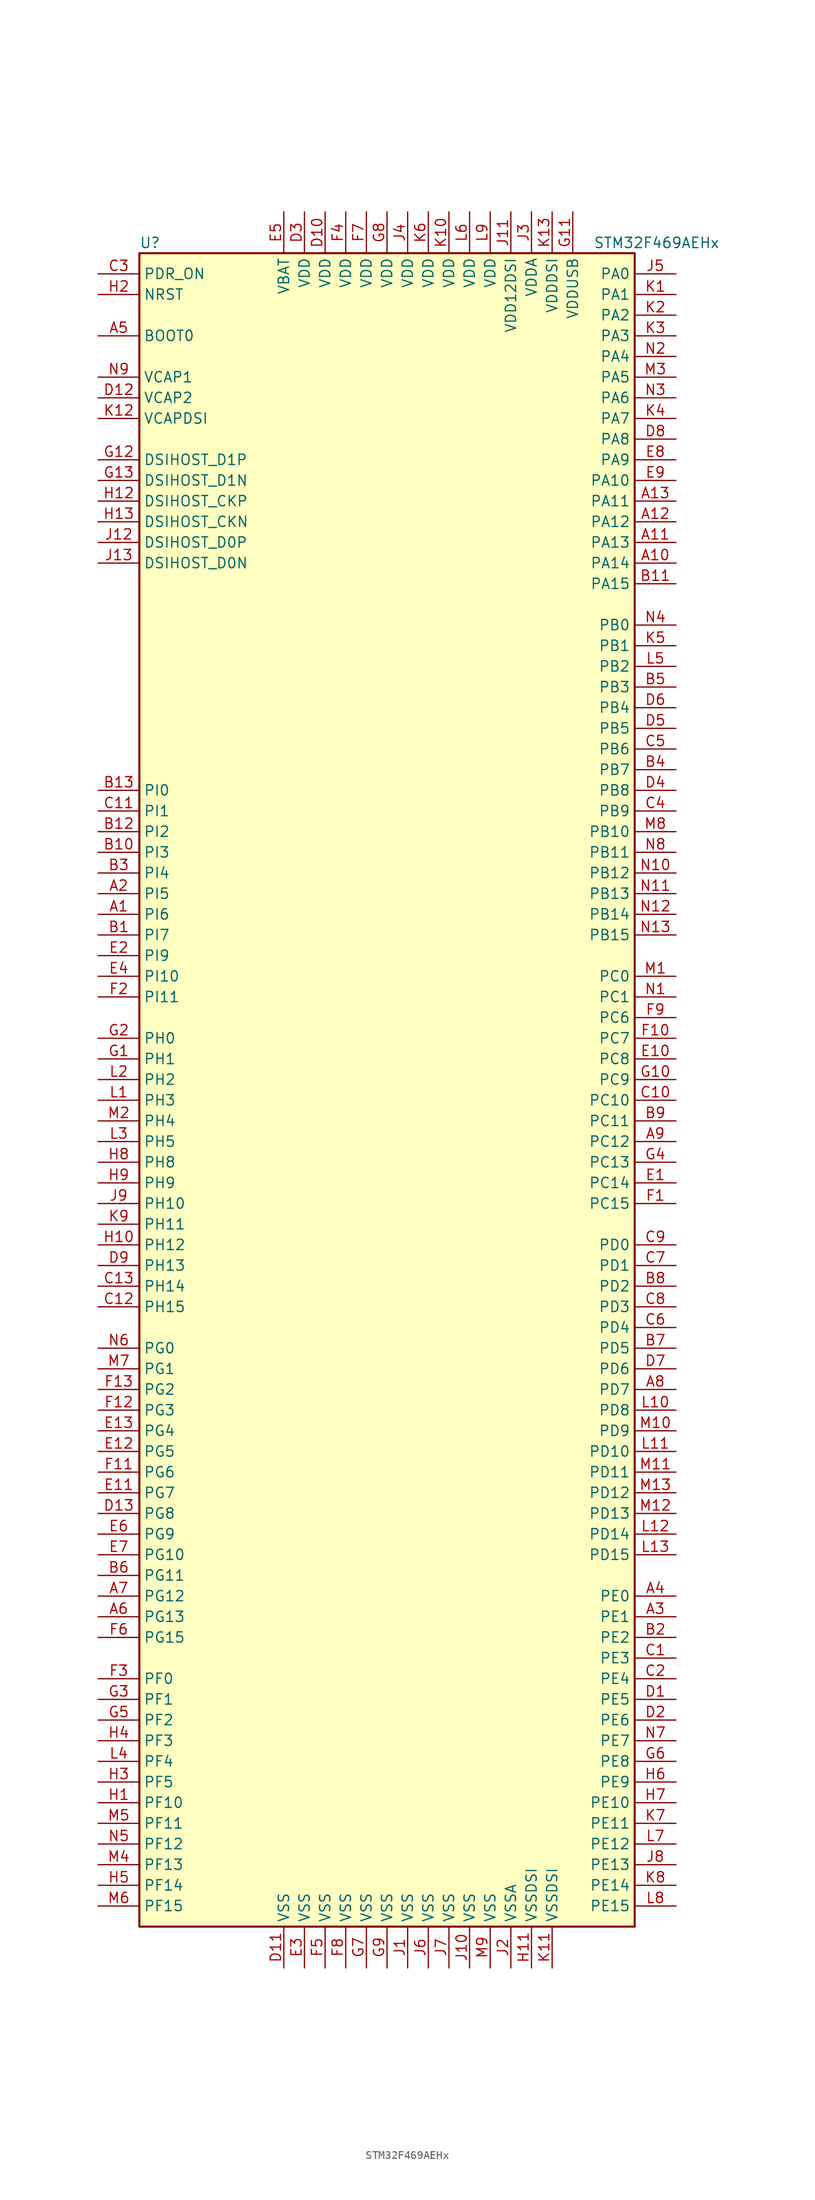
<source format=kicad_sym>
(kicad_symbol_lib
  (version 20201005)
  (generator kicad_symbol_editor)
  (symbol "MCU_ST_STM32F4:STM32F469AEHx"
    (property "Reference" "U"
      (at -30.48 102.87 0)
      (effects (font (size 1.27 1.27)) (justify left)))
    (property "Value" "STM32F469AEHx"
      (at 25.4 102.87 0)
      (effects (font (size 1.27 1.27)) (justify left)))
    (symbol "STM32F469AEHx_0_1"
      (rectangle (start -30.48 -104.14) (end 30.48 101.6) (stroke (width 0.254)) (fill (type background))))
    (symbol "STM32F469AEHx_1_1"
      (pin input line (at -35.56 91.44 0) (length 5.08) (name "BOOT0" (effects (font (size 1.27 1.27)))) (number "A5" (effects (font (size 1.27 1.27)))))
      (pin bidirectional line (at -35.56 68.58 0) (length 5.08) (name "DSIHOST_CKN" (effects (font (size 1.27 1.27)))) (number "H13" (effects (font (size 1.27 1.27)))))
      (pin bidirectional line (at -35.56 71.12 0) (length 5.08) (name "DSIHOST_CKP" (effects (font (size 1.27 1.27)))) (number "H12" (effects (font (size 1.27 1.27)))))
      (pin bidirectional line (at -35.56 63.5 0) (length 5.08) (name "DSIHOST_D0N" (effects (font (size 1.27 1.27)))) (number "J13" (effects (font (size 1.27 1.27)))))
      (pin bidirectional line (at -35.56 66.04 0) (length 5.08) (name "DSIHOST_D0P" (effects (font (size 1.27 1.27)))) (number "J12" (effects (font (size 1.27 1.27)))))
      (pin bidirectional line (at -35.56 73.66 0) (length 5.08) (name "DSIHOST_D1N" (effects (font (size 1.27 1.27)))) (number "G13" (effects (font (size 1.27 1.27)))))
      (pin bidirectional line (at -35.56 76.2 0) (length 5.08) (name "DSIHOST_D1P" (effects (font (size 1.27 1.27)))) (number "G12" (effects (font (size 1.27 1.27)))))
      (pin input line (at -35.56 96.52 0) (length 5.08) (name "NRST" (effects (font (size 1.27 1.27)))) (number "H2" (effects (font (size 1.27 1.27)))))
      (pin bidirectional line (at 35.56 99.06 180) (length 5.08) (name "PA0" (effects (font (size 1.27 1.27)))) (number "J5" (effects (font (size 1.27 1.27)))))
      (pin bidirectional line (at 35.56 96.52 180) (length 5.08) (name "PA1" (effects (font (size 1.27 1.27)))) (number "K1" (effects (font (size 1.27 1.27)))))
      (pin bidirectional line (at 35.56 73.66 180) (length 5.08) (name "PA10" (effects (font (size 1.27 1.27)))) (number "E9" (effects (font (size 1.27 1.27)))))
      (pin bidirectional line (at 35.56 71.12 180) (length 5.08) (name "PA11" (effects (font (size 1.27 1.27)))) (number "A13" (effects (font (size 1.27 1.27)))))
      (pin bidirectional line (at 35.56 68.58 180) (length 5.08) (name "PA12" (effects (font (size 1.27 1.27)))) (number "A12" (effects (font (size 1.27 1.27)))))
      (pin bidirectional line (at 35.56 66.04 180) (length 5.08) (name "PA13" (effects (font (size 1.27 1.27)))) (number "A11" (effects (font (size 1.27 1.27)))))
      (pin bidirectional line (at 35.56 63.5 180) (length 5.08) (name "PA14" (effects (font (size 1.27 1.27)))) (number "A10" (effects (font (size 1.27 1.27)))))
      (pin bidirectional line (at 35.56 60.96 180) (length 5.08) (name "PA15" (effects (font (size 1.27 1.27)))) (number "B11" (effects (font (size 1.27 1.27)))))
      (pin bidirectional line (at 35.56 93.98 180) (length 5.08) (name "PA2" (effects (font (size 1.27 1.27)))) (number "K2" (effects (font (size 1.27 1.27)))))
      (pin bidirectional line (at 35.56 91.44 180) (length 5.08) (name "PA3" (effects (font (size 1.27 1.27)))) (number "K3" (effects (font (size 1.27 1.27)))))
      (pin bidirectional line (at 35.56 88.9 180) (length 5.08) (name "PA4" (effects (font (size 1.27 1.27)))) (number "N2" (effects (font (size 1.27 1.27)))))
      (pin bidirectional line (at 35.56 86.36 180) (length 5.08) (name "PA5" (effects (font (size 1.27 1.27)))) (number "M3" (effects (font (size 1.27 1.27)))))
      (pin bidirectional line (at 35.56 83.82 180) (length 5.08) (name "PA6" (effects (font (size 1.27 1.27)))) (number "N3" (effects (font (size 1.27 1.27)))))
      (pin bidirectional line (at 35.56 81.28 180) (length 5.08) (name "PA7" (effects (font (size 1.27 1.27)))) (number "K4" (effects (font (size 1.27 1.27)))))
      (pin bidirectional line (at 35.56 78.74 180) (length 5.08) (name "PA8" (effects (font (size 1.27 1.27)))) (number "D8" (effects (font (size 1.27 1.27)))))
      (pin bidirectional line (at 35.56 76.2 180) (length 5.08) (name "PA9" (effects (font (size 1.27 1.27)))) (number "E8" (effects (font (size 1.27 1.27)))))
      (pin bidirectional line (at 35.56 55.88 180) (length 5.08) (name "PB0" (effects (font (size 1.27 1.27)))) (number "N4" (effects (font (size 1.27 1.27)))))
      (pin bidirectional line (at 35.56 53.34 180) (length 5.08) (name "PB1" (effects (font (size 1.27 1.27)))) (number "K5" (effects (font (size 1.27 1.27)))))
      (pin bidirectional line (at 35.56 30.48 180) (length 5.08) (name "PB10" (effects (font (size 1.27 1.27)))) (number "M8" (effects (font (size 1.27 1.27)))))
      (pin bidirectional line (at 35.56 27.94 180) (length 5.08) (name "PB11" (effects (font (size 1.27 1.27)))) (number "N8" (effects (font (size 1.27 1.27)))))
      (pin bidirectional line (at 35.56 25.4 180) (length 5.08) (name "PB12" (effects (font (size 1.27 1.27)))) (number "N10" (effects (font (size 1.27 1.27)))))
      (pin bidirectional line (at 35.56 22.86 180) (length 5.08) (name "PB13" (effects (font (size 1.27 1.27)))) (number "N11" (effects (font (size 1.27 1.27)))))
      (pin bidirectional line (at 35.56 20.32 180) (length 5.08) (name "PB14" (effects (font (size 1.27 1.27)))) (number "N12" (effects (font (size 1.27 1.27)))))
      (pin bidirectional line (at 35.56 17.78 180) (length 5.08) (name "PB15" (effects (font (size 1.27 1.27)))) (number "N13" (effects (font (size 1.27 1.27)))))
      (pin bidirectional line (at 35.56 50.8 180) (length 5.08) (name "PB2" (effects (font (size 1.27 1.27)))) (number "L5" (effects (font (size 1.27 1.27)))))
      (pin bidirectional line (at 35.56 48.26 180) (length 5.08) (name "PB3" (effects (font (size 1.27 1.27)))) (number "B5" (effects (font (size 1.27 1.27)))))
      (pin bidirectional line (at 35.56 45.72 180) (length 5.08) (name "PB4" (effects (font (size 1.27 1.27)))) (number "D6" (effects (font (size 1.27 1.27)))))
      (pin bidirectional line (at 35.56 43.18 180) (length 5.08) (name "PB5" (effects (font (size 1.27 1.27)))) (number "D5" (effects (font (size 1.27 1.27)))))
      (pin bidirectional line (at 35.56 40.64 180) (length 5.08) (name "PB6" (effects (font (size 1.27 1.27)))) (number "C5" (effects (font (size 1.27 1.27)))))
      (pin bidirectional line (at 35.56 38.1 180) (length 5.08) (name "PB7" (effects (font (size 1.27 1.27)))) (number "B4" (effects (font (size 1.27 1.27)))))
      (pin bidirectional line (at 35.56 35.56 180) (length 5.08) (name "PB8" (effects (font (size 1.27 1.27)))) (number "D4" (effects (font (size 1.27 1.27)))))
      (pin bidirectional line (at 35.56 33.02 180) (length 5.08) (name "PB9" (effects (font (size 1.27 1.27)))) (number "C4" (effects (font (size 1.27 1.27)))))
      (pin bidirectional line (at 35.56 12.7 180) (length 5.08) (name "PC0" (effects (font (size 1.27 1.27)))) (number "M1" (effects (font (size 1.27 1.27)))))
      (pin bidirectional line (at 35.56 10.16 180) (length 5.08) (name "PC1" (effects (font (size 1.27 1.27)))) (number "N1" (effects (font (size 1.27 1.27)))))
      (pin bidirectional line (at 35.56 -2.54 180) (length 5.08) (name "PC10" (effects (font (size 1.27 1.27)))) (number "C10" (effects (font (size 1.27 1.27)))))
      (pin bidirectional line (at 35.56 -5.08 180) (length 5.08) (name "PC11" (effects (font (size 1.27 1.27)))) (number "B9" (effects (font (size 1.27 1.27)))))
      (pin bidirectional line (at 35.56 -7.62 180) (length 5.08) (name "PC12" (effects (font (size 1.27 1.27)))) (number "A9" (effects (font (size 1.27 1.27)))))
      (pin bidirectional line (at 35.56 -10.16 180) (length 5.08) (name "PC13" (effects (font (size 1.27 1.27)))) (number "G4" (effects (font (size 1.27 1.27)))))
      (pin bidirectional line (at 35.56 -12.7 180) (length 5.08) (name "PC14" (effects (font (size 1.27 1.27)))) (number "E1" (effects (font (size 1.27 1.27)))))
      (pin bidirectional line (at 35.56 -15.24 180) (length 5.08) (name "PC15" (effects (font (size 1.27 1.27)))) (number "F1" (effects (font (size 1.27 1.27)))))
      (pin bidirectional line (at 35.56 7.62 180) (length 5.08) (name "PC6" (effects (font (size 1.27 1.27)))) (number "F9" (effects (font (size 1.27 1.27)))))
      (pin bidirectional line (at 35.56 5.08 180) (length 5.08) (name "PC7" (effects (font (size 1.27 1.27)))) (number "F10" (effects (font (size 1.27 1.27)))))
      (pin bidirectional line (at 35.56 2.54 180) (length 5.08) (name "PC8" (effects (font (size 1.27 1.27)))) (number "E10" (effects (font (size 1.27 1.27)))))
      (pin bidirectional line (at 35.56 0 180) (length 5.08) (name "PC9" (effects (font (size 1.27 1.27)))) (number "G10" (effects (font (size 1.27 1.27)))))
      (pin bidirectional line (at 35.56 -20.32 180) (length 5.08) (name "PD0" (effects (font (size 1.27 1.27)))) (number "C9" (effects (font (size 1.27 1.27)))))
      (pin bidirectional line (at 35.56 -22.86 180) (length 5.08) (name "PD1" (effects (font (size 1.27 1.27)))) (number "C7" (effects (font (size 1.27 1.27)))))
      (pin bidirectional line (at 35.56 -45.72 180) (length 5.08) (name "PD10" (effects (font (size 1.27 1.27)))) (number "L11" (effects (font (size 1.27 1.27)))))
      (pin bidirectional line (at 35.56 -48.26 180) (length 5.08) (name "PD11" (effects (font (size 1.27 1.27)))) (number "M11" (effects (font (size 1.27 1.27)))))
      (pin bidirectional line (at 35.56 -50.8 180) (length 5.08) (name "PD12" (effects (font (size 1.27 1.27)))) (number "M13" (effects (font (size 1.27 1.27)))))
      (pin bidirectional line (at 35.56 -53.34 180) (length 5.08) (name "PD13" (effects (font (size 1.27 1.27)))) (number "M12" (effects (font (size 1.27 1.27)))))
      (pin bidirectional line (at 35.56 -55.88 180) (length 5.08) (name "PD14" (effects (font (size 1.27 1.27)))) (number "L12" (effects (font (size 1.27 1.27)))))
      (pin bidirectional line (at 35.56 -58.42 180) (length 5.08) (name "PD15" (effects (font (size 1.27 1.27)))) (number "L13" (effects (font (size 1.27 1.27)))))
      (pin bidirectional line (at 35.56 -25.4 180) (length 5.08) (name "PD2" (effects (font (size 1.27 1.27)))) (number "B8" (effects (font (size 1.27 1.27)))))
      (pin bidirectional line (at 35.56 -27.94 180) (length 5.08) (name "PD3" (effects (font (size 1.27 1.27)))) (number "C8" (effects (font (size 1.27 1.27)))))
      (pin bidirectional line (at 35.56 -30.48 180) (length 5.08) (name "PD4" (effects (font (size 1.27 1.27)))) (number "C6" (effects (font (size 1.27 1.27)))))
      (pin bidirectional line (at 35.56 -33.02 180) (length 5.08) (name "PD5" (effects (font (size 1.27 1.27)))) (number "B7" (effects (font (size 1.27 1.27)))))
      (pin bidirectional line (at 35.56 -35.56 180) (length 5.08) (name "PD6" (effects (font (size 1.27 1.27)))) (number "D7" (effects (font (size 1.27 1.27)))))
      (pin bidirectional line (at 35.56 -38.1 180) (length 5.08) (name "PD7" (effects (font (size 1.27 1.27)))) (number "A8" (effects (font (size 1.27 1.27)))))
      (pin bidirectional line (at 35.56 -40.64 180) (length 5.08) (name "PD8" (effects (font (size 1.27 1.27)))) (number "L10" (effects (font (size 1.27 1.27)))))
      (pin bidirectional line (at 35.56 -43.18 180) (length 5.08) (name "PD9" (effects (font (size 1.27 1.27)))) (number "M10" (effects (font (size 1.27 1.27)))))
      (pin input line (at -35.56 99.06 0) (length 5.08) (name "PDR_ON" (effects (font (size 1.27 1.27)))) (number "C3" (effects (font (size 1.27 1.27)))))
      (pin bidirectional line (at 35.56 -63.5 180) (length 5.08) (name "PE0" (effects (font (size 1.27 1.27)))) (number "A4" (effects (font (size 1.27 1.27)))))
      (pin bidirectional line (at 35.56 -66.04 180) (length 5.08) (name "PE1" (effects (font (size 1.27 1.27)))) (number "A3" (effects (font (size 1.27 1.27)))))
      (pin bidirectional line (at 35.56 -88.9 180) (length 5.08) (name "PE10" (effects (font (size 1.27 1.27)))) (number "H7" (effects (font (size 1.27 1.27)))))
      (pin bidirectional line (at 35.56 -91.44 180) (length 5.08) (name "PE11" (effects (font (size 1.27 1.27)))) (number "K7" (effects (font (size 1.27 1.27)))))
      (pin bidirectional line (at 35.56 -93.98 180) (length 5.08) (name "PE12" (effects (font (size 1.27 1.27)))) (number "L7" (effects (font (size 1.27 1.27)))))
      (pin bidirectional line (at 35.56 -96.52 180) (length 5.08) (name "PE13" (effects (font (size 1.27 1.27)))) (number "J8" (effects (font (size 1.27 1.27)))))
      (pin bidirectional line (at 35.56 -99.06 180) (length 5.08) (name "PE14" (effects (font (size 1.27 1.27)))) (number "K8" (effects (font (size 1.27 1.27)))))
      (pin bidirectional line (at 35.56 -101.6 180) (length 5.08) (name "PE15" (effects (font (size 1.27 1.27)))) (number "L8" (effects (font (size 1.27 1.27)))))
      (pin bidirectional line (at 35.56 -68.58 180) (length 5.08) (name "PE2" (effects (font (size 1.27 1.27)))) (number "B2" (effects (font (size 1.27 1.27)))))
      (pin bidirectional line (at 35.56 -71.12 180) (length 5.08) (name "PE3" (effects (font (size 1.27 1.27)))) (number "C1" (effects (font (size 1.27 1.27)))))
      (pin bidirectional line (at 35.56 -73.66 180) (length 5.08) (name "PE4" (effects (font (size 1.27 1.27)))) (number "C2" (effects (font (size 1.27 1.27)))))
      (pin bidirectional line (at 35.56 -76.2 180) (length 5.08) (name "PE5" (effects (font (size 1.27 1.27)))) (number "D1" (effects (font (size 1.27 1.27)))))
      (pin bidirectional line (at 35.56 -78.74 180) (length 5.08) (name "PE6" (effects (font (size 1.27 1.27)))) (number "D2" (effects (font (size 1.27 1.27)))))
      (pin bidirectional line (at 35.56 -81.28 180) (length 5.08) (name "PE7" (effects (font (size 1.27 1.27)))) (number "N7" (effects (font (size 1.27 1.27)))))
      (pin bidirectional line (at 35.56 -83.82 180) (length 5.08) (name "PE8" (effects (font (size 1.27 1.27)))) (number "G6" (effects (font (size 1.27 1.27)))))
      (pin bidirectional line (at 35.56 -86.36 180) (length 5.08) (name "PE9" (effects (font (size 1.27 1.27)))) (number "H6" (effects (font (size 1.27 1.27)))))
      (pin bidirectional line (at -35.56 -73.66 0) (length 5.08) (name "PF0" (effects (font (size 1.27 1.27)))) (number "F3" (effects (font (size 1.27 1.27)))))
      (pin bidirectional line (at -35.56 -76.2 0) (length 5.08) (name "PF1" (effects (font (size 1.27 1.27)))) (number "G3" (effects (font (size 1.27 1.27)))))
      (pin bidirectional line (at -35.56 -88.9 0) (length 5.08) (name "PF10" (effects (font (size 1.27 1.27)))) (number "H1" (effects (font (size 1.27 1.27)))))
      (pin bidirectional line (at -35.56 -91.44 0) (length 5.08) (name "PF11" (effects (font (size 1.27 1.27)))) (number "M5" (effects (font (size 1.27 1.27)))))
      (pin bidirectional line (at -35.56 -93.98 0) (length 5.08) (name "PF12" (effects (font (size 1.27 1.27)))) (number "N5" (effects (font (size 1.27 1.27)))))
      (pin bidirectional line (at -35.56 -96.52 0) (length 5.08) (name "PF13" (effects (font (size 1.27 1.27)))) (number "M4" (effects (font (size 1.27 1.27)))))
      (pin bidirectional line (at -35.56 -99.06 0) (length 5.08) (name "PF14" (effects (font (size 1.27 1.27)))) (number "H5" (effects (font (size 1.27 1.27)))))
      (pin bidirectional line (at -35.56 -101.6 0) (length 5.08) (name "PF15" (effects (font (size 1.27 1.27)))) (number "M6" (effects (font (size 1.27 1.27)))))
      (pin bidirectional line (at -35.56 -78.74 0) (length 5.08) (name "PF2" (effects (font (size 1.27 1.27)))) (number "G5" (effects (font (size 1.27 1.27)))))
      (pin bidirectional line (at -35.56 -81.28 0) (length 5.08) (name "PF3" (effects (font (size 1.27 1.27)))) (number "H4" (effects (font (size 1.27 1.27)))))
      (pin bidirectional line (at -35.56 -83.82 0) (length 5.08) (name "PF4" (effects (font (size 1.27 1.27)))) (number "L4" (effects (font (size 1.27 1.27)))))
      (pin bidirectional line (at -35.56 -86.36 0) (length 5.08) (name "PF5" (effects (font (size 1.27 1.27)))) (number "H3" (effects (font (size 1.27 1.27)))))
      (pin bidirectional line (at -35.56 -33.02 0) (length 5.08) (name "PG0" (effects (font (size 1.27 1.27)))) (number "N6" (effects (font (size 1.27 1.27)))))
      (pin bidirectional line (at -35.56 -35.56 0) (length 5.08) (name "PG1" (effects (font (size 1.27 1.27)))) (number "M7" (effects (font (size 1.27 1.27)))))
      (pin bidirectional line (at -35.56 -58.42 0) (length 5.08) (name "PG10" (effects (font (size 1.27 1.27)))) (number "E7" (effects (font (size 1.27 1.27)))))
      (pin bidirectional line (at -35.56 -60.96 0) (length 5.08) (name "PG11" (effects (font (size 1.27 1.27)))) (number "B6" (effects (font (size 1.27 1.27)))))
      (pin bidirectional line (at -35.56 -63.5 0) (length 5.08) (name "PG12" (effects (font (size 1.27 1.27)))) (number "A7" (effects (font (size 1.27 1.27)))))
      (pin bidirectional line (at -35.56 -66.04 0) (length 5.08) (name "PG13" (effects (font (size 1.27 1.27)))) (number "A6" (effects (font (size 1.27 1.27)))))
      (pin bidirectional line (at -35.56 -68.58 0) (length 5.08) (name "PG15" (effects (font (size 1.27 1.27)))) (number "F6" (effects (font (size 1.27 1.27)))))
      (pin bidirectional line (at -35.56 -38.1 0) (length 5.08) (name "PG2" (effects (font (size 1.27 1.27)))) (number "F13" (effects (font (size 1.27 1.27)))))
      (pin bidirectional line (at -35.56 -40.64 0) (length 5.08) (name "PG3" (effects (font (size 1.27 1.27)))) (number "F12" (effects (font (size 1.27 1.27)))))
      (pin bidirectional line (at -35.56 -43.18 0) (length 5.08) (name "PG4" (effects (font (size 1.27 1.27)))) (number "E13" (effects (font (size 1.27 1.27)))))
      (pin bidirectional line (at -35.56 -45.72 0) (length 5.08) (name "PG5" (effects (font (size 1.27 1.27)))) (number "E12" (effects (font (size 1.27 1.27)))))
      (pin bidirectional line (at -35.56 -48.26 0) (length 5.08) (name "PG6" (effects (font (size 1.27 1.27)))) (number "F11" (effects (font (size 1.27 1.27)))))
      (pin bidirectional line (at -35.56 -50.8 0) (length 5.08) (name "PG7" (effects (font (size 1.27 1.27)))) (number "E11" (effects (font (size 1.27 1.27)))))
      (pin bidirectional line (at -35.56 -53.34 0) (length 5.08) (name "PG8" (effects (font (size 1.27 1.27)))) (number "D13" (effects (font (size 1.27 1.27)))))
      (pin bidirectional line (at -35.56 -55.88 0) (length 5.08) (name "PG9" (effects (font (size 1.27 1.27)))) (number "E6" (effects (font (size 1.27 1.27)))))
      (pin input line (at -35.56 5.08 0) (length 5.08) (name "PH0" (effects (font (size 1.27 1.27)))) (number "G2" (effects (font (size 1.27 1.27)))))
      (pin input line (at -35.56 2.54 0) (length 5.08) (name "PH1" (effects (font (size 1.27 1.27)))) (number "G1" (effects (font (size 1.27 1.27)))))
      (pin bidirectional line (at -35.56 -15.24 0) (length 5.08) (name "PH10" (effects (font (size 1.27 1.27)))) (number "J9" (effects (font (size 1.27 1.27)))))
      (pin bidirectional line (at -35.56 -17.78 0) (length 5.08) (name "PH11" (effects (font (size 1.27 1.27)))) (number "K9" (effects (font (size 1.27 1.27)))))
      (pin bidirectional line (at -35.56 -20.32 0) (length 5.08) (name "PH12" (effects (font (size 1.27 1.27)))) (number "H10" (effects (font (size 1.27 1.27)))))
      (pin bidirectional line (at -35.56 -22.86 0) (length 5.08) (name "PH13" (effects (font (size 1.27 1.27)))) (number "D9" (effects (font (size 1.27 1.27)))))
      (pin bidirectional line (at -35.56 -25.4 0) (length 5.08) (name "PH14" (effects (font (size 1.27 1.27)))) (number "C13" (effects (font (size 1.27 1.27)))))
      (pin bidirectional line (at -35.56 -27.94 0) (length 5.08) (name "PH15" (effects (font (size 1.27 1.27)))) (number "C12" (effects (font (size 1.27 1.27)))))
      (pin bidirectional line (at -35.56 0 0) (length 5.08) (name "PH2" (effects (font (size 1.27 1.27)))) (number "L2" (effects (font (size 1.27 1.27)))))
      (pin bidirectional line (at -35.56 -2.54 0) (length 5.08) (name "PH3" (effects (font (size 1.27 1.27)))) (number "L1" (effects (font (size 1.27 1.27)))))
      (pin bidirectional line (at -35.56 -5.08 0) (length 5.08) (name "PH4" (effects (font (size 1.27 1.27)))) (number "M2" (effects (font (size 1.27 1.27)))))
      (pin bidirectional line (at -35.56 -7.62 0) (length 5.08) (name "PH5" (effects (font (size 1.27 1.27)))) (number "L3" (effects (font (size 1.27 1.27)))))
      (pin bidirectional line (at -35.56 -10.16 0) (length 5.08) (name "PH8" (effects (font (size 1.27 1.27)))) (number "H8" (effects (font (size 1.27 1.27)))))
      (pin bidirectional line (at -35.56 -12.7 0) (length 5.08) (name "PH9" (effects (font (size 1.27 1.27)))) (number "H9" (effects (font (size 1.27 1.27)))))
      (pin bidirectional line (at -35.56 35.56 0) (length 5.08) (name "PI0" (effects (font (size 1.27 1.27)))) (number "B13" (effects (font (size 1.27 1.27)))))
      (pin bidirectional line (at -35.56 33.02 0) (length 5.08) (name "PI1" (effects (font (size 1.27 1.27)))) (number "C11" (effects (font (size 1.27 1.27)))))
      (pin bidirectional line (at -35.56 12.7 0) (length 5.08) (name "PI10" (effects (font (size 1.27 1.27)))) (number "E4" (effects (font (size 1.27 1.27)))))
      (pin bidirectional line (at -35.56 10.16 0) (length 5.08) (name "PI11" (effects (font (size 1.27 1.27)))) (number "F2" (effects (font (size 1.27 1.27)))))
      (pin bidirectional line (at -35.56 30.48 0) (length 5.08) (name "PI2" (effects (font (size 1.27 1.27)))) (number "B12" (effects (font (size 1.27 1.27)))))
      (pin bidirectional line (at -35.56 27.94 0) (length 5.08) (name "PI3" (effects (font (size 1.27 1.27)))) (number "B10" (effects (font (size 1.27 1.27)))))
      (pin bidirectional line (at -35.56 25.4 0) (length 5.08) (name "PI4" (effects (font (size 1.27 1.27)))) (number "B3" (effects (font (size 1.27 1.27)))))
      (pin bidirectional line (at -35.56 22.86 0) (length 5.08) (name "PI5" (effects (font (size 1.27 1.27)))) (number "A2" (effects (font (size 1.27 1.27)))))
      (pin bidirectional line (at -35.56 20.32 0) (length 5.08) (name "PI6" (effects (font (size 1.27 1.27)))) (number "A1" (effects (font (size 1.27 1.27)))))
      (pin bidirectional line (at -35.56 17.78 0) (length 5.08) (name "PI7" (effects (font (size 1.27 1.27)))) (number "B1" (effects (font (size 1.27 1.27)))))
      (pin bidirectional line (at -35.56 15.24 0) (length 5.08) (name "PI9" (effects (font (size 1.27 1.27)))) (number "E2" (effects (font (size 1.27 1.27)))))
      (pin power_in line (at -12.7 106.68 270) (length 5.08) (name "VBAT" (effects (font (size 1.27 1.27)))) (number "E5" (effects (font (size 1.27 1.27)))))
      (pin power_in line (at -35.56 86.36 0) (length 5.08) (name "VCAP1" (effects (font (size 1.27 1.27)))) (number "N9" (effects (font (size 1.27 1.27)))))
      (pin power_in line (at -35.56 83.82 0) (length 5.08) (name "VCAP2" (effects (font (size 1.27 1.27)))) (number "D12" (effects (font (size 1.27 1.27)))))
      (pin power_in line (at -35.56 81.28 0) (length 5.08) (name "VCAPDSI" (effects (font (size 1.27 1.27)))) (number "K12" (effects (font (size 1.27 1.27)))))
      (pin power_in line (at -7.62 106.68 270) (length 5.08) (name "VDD" (effects (font (size 1.27 1.27)))) (number "D10" (effects (font (size 1.27 1.27)))))
      (pin power_in line (at -10.16 106.68 270) (length 5.08) (name "VDD" (effects (font (size 1.27 1.27)))) (number "D3" (effects (font (size 1.27 1.27)))))
      (pin power_in line (at -5.08 106.68 270) (length 5.08) (name "VDD" (effects (font (size 1.27 1.27)))) (number "F4" (effects (font (size 1.27 1.27)))))
      (pin power_in line (at -2.54 106.68 270) (length 5.08) (name "VDD" (effects (font (size 1.27 1.27)))) (number "F7" (effects (font (size 1.27 1.27)))))
      (pin power_in line (at 0 106.68 270) (length 5.08) (name "VDD" (effects (font (size 1.27 1.27)))) (number "G8" (effects (font (size 1.27 1.27)))))
      (pin power_in line (at 2.54 106.68 270) (length 5.08) (name "VDD" (effects (font (size 1.27 1.27)))) (number "J4" (effects (font (size 1.27 1.27)))))
      (pin power_in line (at 7.62 106.68 270) (length 5.08) (name "VDD" (effects (font (size 1.27 1.27)))) (number "K10" (effects (font (size 1.27 1.27)))))
      (pin power_in line (at 5.08 106.68 270) (length 5.08) (name "VDD" (effects (font (size 1.27 1.27)))) (number "K6" (effects (font (size 1.27 1.27)))))
      (pin power_in line (at 10.16 106.68 270) (length 5.08) (name "VDD" (effects (font (size 1.27 1.27)))) (number "L6" (effects (font (size 1.27 1.27)))))
      (pin power_in line (at 12.7 106.68 270) (length 5.08) (name "VDD" (effects (font (size 1.27 1.27)))) (number "L9" (effects (font (size 1.27 1.27)))))
      (pin power_in line (at 15.24 106.68 270) (length 5.08) (name "VDD12DSI" (effects (font (size 1.27 1.27)))) (number "J11" (effects (font (size 1.27 1.27)))))
      (pin power_in line (at 17.78 106.68 270) (length 5.08) (name "VDDA" (effects (font (size 1.27 1.27)))) (number "J3" (effects (font (size 1.27 1.27)))))
      (pin power_in line (at 20.32 106.68 270) (length 5.08) (name "VDDDSI" (effects (font (size 1.27 1.27)))) (number "K13" (effects (font (size 1.27 1.27)))))
      (pin power_in line (at 22.86 106.68 270) (length 5.08) (name "VDDUSB" (effects (font (size 1.27 1.27)))) (number "G11" (effects (font (size 1.27 1.27)))))
      (pin power_in line (at -12.7 -109.22 90) (length 5.08) (name "VSS" (effects (font (size 1.27 1.27)))) (number "D11" (effects (font (size 1.27 1.27)))))
      (pin power_in line (at -10.16 -109.22 90) (length 5.08) (name "VSS" (effects (font (size 1.27 1.27)))) (number "E3" (effects (font (size 1.27 1.27)))))
      (pin power_in line (at -7.62 -109.22 90) (length 5.08) (name "VSS" (effects (font (size 1.27 1.27)))) (number "F5" (effects (font (size 1.27 1.27)))))
      (pin power_in line (at -5.08 -109.22 90) (length 5.08) (name "VSS" (effects (font (size 1.27 1.27)))) (number "F8" (effects (font (size 1.27 1.27)))))
      (pin power_in line (at -2.54 -109.22 90) (length 5.08) (name "VSS" (effects (font (size 1.27 1.27)))) (number "G7" (effects (font (size 1.27 1.27)))))
      (pin power_in line (at 0 -109.22 90) (length 5.08) (name "VSS" (effects (font (size 1.27 1.27)))) (number "G9" (effects (font (size 1.27 1.27)))))
      (pin power_in line (at 2.54 -109.22 90) (length 5.08) (name "VSS" (effects (font (size 1.27 1.27)))) (number "J1" (effects (font (size 1.27 1.27)))))
      (pin power_in line (at 10.16 -109.22 90) (length 5.08) (name "VSS" (effects (font (size 1.27 1.27)))) (number "J10" (effects (font (size 1.27 1.27)))))
      (pin power_in line (at 5.08 -109.22 90) (length 5.08) (name "VSS" (effects (font (size 1.27 1.27)))) (number "J6" (effects (font (size 1.27 1.27)))))
      (pin power_in line (at 7.62 -109.22 90) (length 5.08) (name "VSS" (effects (font (size 1.27 1.27)))) (number "J7" (effects (font (size 1.27 1.27)))))
      (pin power_in line (at 12.7 -109.22 90) (length 5.08) (name "VSS" (effects (font (size 1.27 1.27)))) (number "M9" (effects (font (size 1.27 1.27)))))
      (pin power_in line (at 15.24 -109.22 90) (length 5.08) (name "VSSA" (effects (font (size 1.27 1.27)))) (number "J2" (effects (font (size 1.27 1.27)))))
      (pin power_in line (at 17.78 -109.22 90) (length 5.08) (name "VSSDSI" (effects (font (size 1.27 1.27)))) (number "H11" (effects (font (size 1.27 1.27)))))
      (pin power_in line (at 20.32 -109.22 90) (length 5.08) (name "VSSDSI" (effects (font (size 1.27 1.27)))) (number "K11" (effects (font (size 1.27 1.27))))))))
</source>
